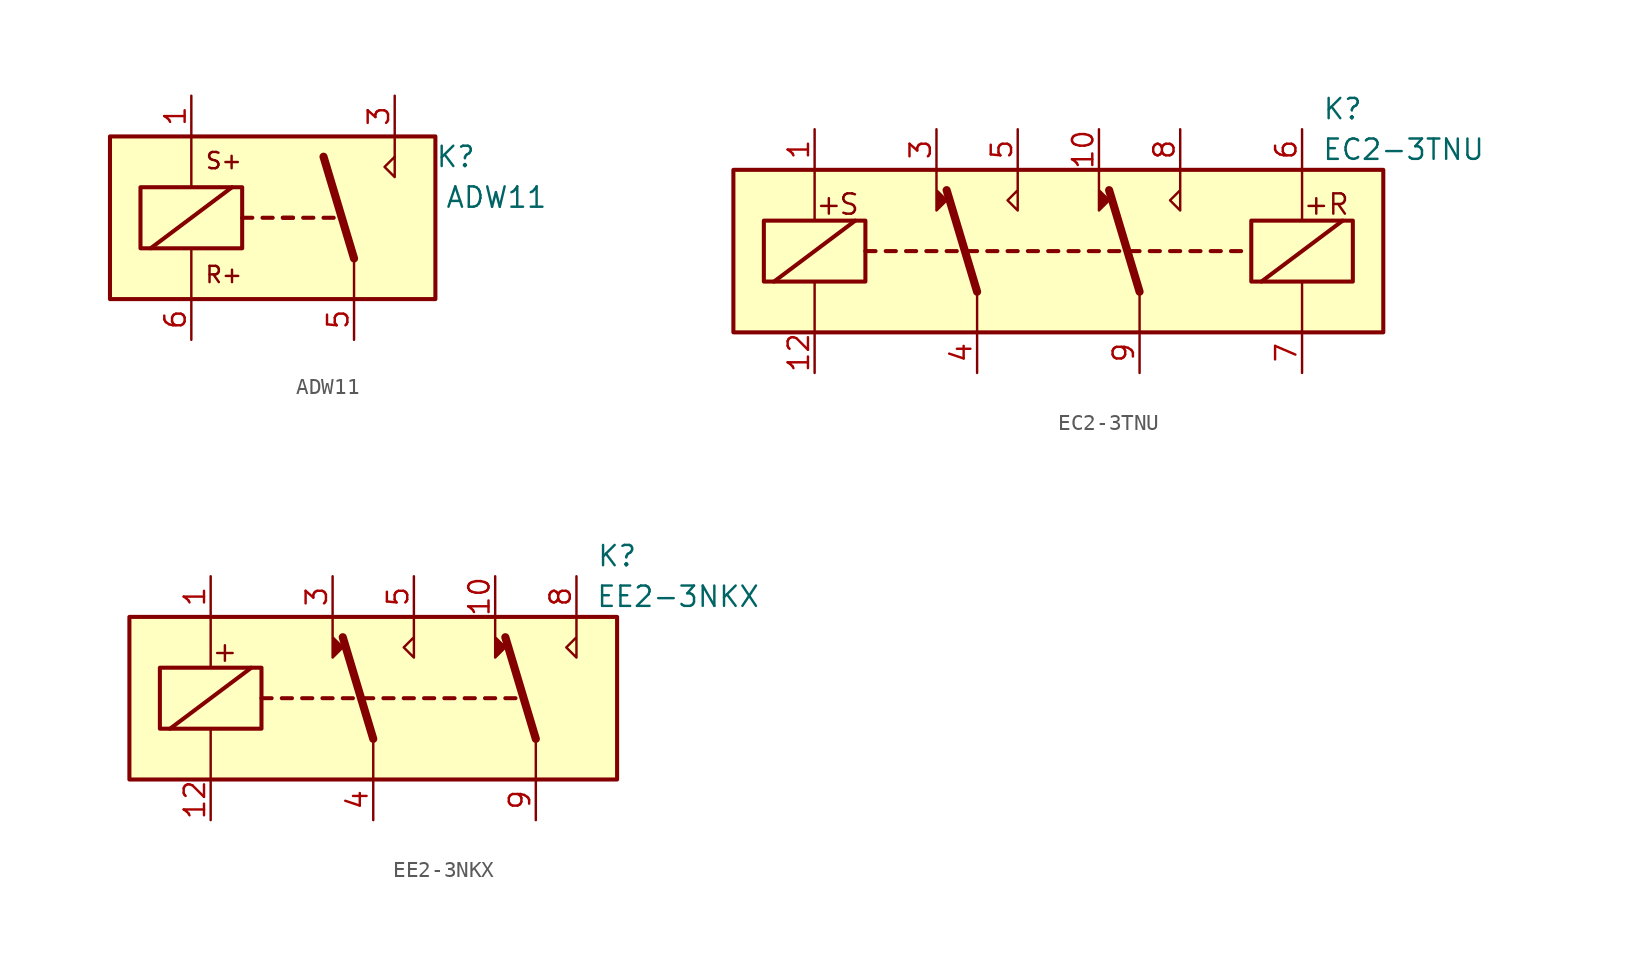
<source format=kicad_sym>
(kicad_symbol_lib
  (version 20220914)
  (generator kicad_symbol_editor)
  (symbol "ADW11"
    (property "Reference" "K"
      (at 11.43 3.81 0)
      (effects (font (size 1.27 1.27))))
    (property "Value" "ADW11"
      (at 13.97 1.27 0)
      (effects (font (size 1.27 1.27))))
    (symbol "ADW11_1_1"
      (rectangle (start -10.16 5.08) (end 10.16 -5.08) (stroke (width 0.254) (type default)) (fill (type background)))
      (rectangle (start -8.255 1.905) (end -1.905 -1.905) (stroke (width 0.254) (type default)) (fill (type none)))
      (polyline (pts (xy -7.62 -1.905) (xy -2.54 1.905)) (stroke (width 0.254) (type default)) (fill (type none)))
      (polyline (pts (xy -5.08 -5.08) (xy -5.08 -1.905)) (stroke (width 0) (type default)) (fill (type none)))
      (polyline (pts (xy -5.08 5.08) (xy -5.08 1.905)) (stroke (width 0) (type default)) (fill (type none)))
      (polyline (pts (xy -1.905 0) (xy -1.27 0)) (stroke (width 0.254) (type default)) (fill (type none)))
      (polyline (pts (xy -0.635 0) (xy 0 0)) (stroke (width 0.254) (type default)) (fill (type none)))
      (polyline (pts (xy 0.635 0) (xy 1.27 0)) (stroke (width 0.254) (type default)) (fill (type none)))
      (polyline (pts (xy 0.635 0) (xy 1.27 0)) (stroke (width 0.254) (type default)) (fill (type none)))
      (polyline (pts (xy 1.905 0) (xy 2.54 0)) (stroke (width 0.254) (type default)) (fill (type none)))
      (polyline (pts (xy 3.175 0) (xy 3.81 0)) (stroke (width 0.254) (type default)) (fill (type none)))
      (polyline (pts (xy 5.08 -2.54) (xy 3.175 3.81)) (stroke (width 0.508) (type default)) (fill (type none)))
      (polyline (pts (xy 5.08 -2.54) (xy 5.08 -5.08)) (stroke (width 0) (type default)) (fill (type none)))
      (polyline (pts (xy 7.62 3.81) (xy 7.62 5.08)) (stroke (width 0) (type default)) (fill (type none)))
      (polyline (pts (xy 7.62 3.81) (xy 7.62 2.54) (xy 6.985 3.175) (xy 7.62 3.81)) (stroke (width 0) (type default)) (fill (type none)))
      (text "R+" (at -3.048 -3.556 0) (effects (font (size 1.016 1.016))))
      (text "S+" (at -3.048 3.556 0) (effects (font (size 1.016 1.016))))
      (pin passive line (at -5.08 7.62 270) (length 2.54) (name "~" (effects (font (size 1.27 1.27)))) (number "1" (effects (font (size 1.27 1.27)))))
      (pin passive line (at 7.62 7.62 270) (length 2.54) (name "~" (effects (font (size 1.27 1.27)))) (number "3" (effects (font (size 1.27 1.27)))))
      (pin passive line (at 5.08 -7.62 90) (length 2.54) (name "~" (effects (font (size 1.27 1.27)))) (number "5" (effects (font (size 1.27 1.27)))))
      (pin passive line (at -5.08 -7.62 90) (length 2.54) (name "~" (effects (font (size 1.27 1.27)))) (number "6" (effects (font (size 1.27 1.27)))))))
  (symbol "EC2-3TNU"
    (property "Reference" "K"
      (at 17.78 8.89 0)
      (effects (font (size 1.27 1.27))))
    (property "Value" "EC2-3TNU"
      (at 21.59 6.35 0)
      (effects (font (size 1.27 1.27))))
    (symbol "EC2-3TNU_1_1"
      (rectangle (start -20.32 5.08) (end 20.32 -5.08) (stroke (width 0.254) (type default)) (fill (type background)))
      (rectangle (start -18.415 1.905) (end -12.065 -1.905) (stroke (width 0.254) (type default)) (fill (type none)))
      (polyline (pts (xy -17.78 -1.905) (xy -12.7 1.905)) (stroke (width 0.254) (type default)) (fill (type none)))
      (polyline (pts (xy -15.24 -5.08) (xy -15.24 -1.905)) (stroke (width 0) (type default)) (fill (type none)))
      (polyline (pts (xy -15.24 5.08) (xy -15.24 1.905)) (stroke (width 0) (type default)) (fill (type none)))
      (polyline (pts (xy -12.065 0) (xy -11.43 0)) (stroke (width 0.254) (type default)) (fill (type none)))
      (polyline (pts (xy -10.795 0) (xy -10.16 0)) (stroke (width 0.254) (type default)) (fill (type none)))
      (polyline (pts (xy -9.525 0) (xy -8.89 0)) (stroke (width 0.254) (type default)) (fill (type none)))
      (polyline (pts (xy -8.255 0) (xy -7.62 0)) (stroke (width 0.254) (type default)) (fill (type none)))
      (polyline (pts (xy -6.985 0) (xy -6.35 0)) (stroke (width 0.254) (type default)) (fill (type none)))
      (polyline (pts (xy -5.715 0) (xy -5.08 0)) (stroke (width 0.254) (type default)) (fill (type none)))
      (polyline (pts (xy -5.08 -2.54) (xy -6.985 3.81)) (stroke (width 0.508) (type default)) (fill (type none)))
      (polyline (pts (xy -5.08 -2.54) (xy -5.08 -5.08)) (stroke (width 0) (type default)) (fill (type none)))
      (polyline (pts (xy -4.445 0) (xy -3.81 0)) (stroke (width 0.254) (type default)) (fill (type none)))
      (polyline (pts (xy -3.175 0) (xy -2.54 0)) (stroke (width 0.254) (type default)) (fill (type none)))
      (polyline (pts (xy -1.905 0) (xy -1.27 0)) (stroke (width 0.254) (type default)) (fill (type none)))
      (polyline (pts (xy -0.635 0) (xy 0 0)) (stroke (width 0.254) (type default)) (fill (type none)))
      (polyline (pts (xy 0.635 0) (xy 1.27 0)) (stroke (width 0.254) (type default)) (fill (type none)))
      (polyline (pts (xy 1.905 0) (xy 2.54 0)) (stroke (width 0.254) (type default)) (fill (type none)))
      (polyline (pts (xy 3.175 0) (xy 3.81 0)) (stroke (width 0.254) (type default)) (fill (type none)))
      (polyline (pts (xy 4.445 0) (xy 5.08 0)) (stroke (width 0.254) (type default)) (fill (type none)))
      (polyline (pts (xy 5.08 -2.54) (xy 3.175 3.81)) (stroke (width 0.508) (type default)) (fill (type none)))
      (polyline (pts (xy 5.08 -2.54) (xy 5.08 -5.08)) (stroke (width 0) (type default)) (fill (type none)))
      (polyline (pts (xy 5.715 0) (xy 6.35 0)) (stroke (width 0.254) (type default)) (fill (type none)))
      (polyline (pts (xy 6.985 0) (xy 7.62 0)) (stroke (width 0.254) (type default)) (fill (type none)))
      (polyline (pts (xy 8.255 0) (xy 8.89 0)) (stroke (width 0.254) (type default)) (fill (type none)))
      (polyline (pts (xy 9.525 0) (xy 10.16 0)) (stroke (width 0.254) (type default)) (fill (type none)))
      (polyline (pts (xy 10.795 0) (xy 11.43 0)) (stroke (width 0.254) (type default)) (fill (type none)))
      (polyline (pts (xy 12.7 -1.905) (xy 17.78 1.905)) (stroke (width 0.254) (type default)) (fill (type none)))
      (polyline (pts (xy 15.24 -5.08) (xy 15.24 -1.905)) (stroke (width 0) (type default)) (fill (type none)))
      (polyline (pts (xy 15.24 5.08) (xy 15.24 1.905)) (stroke (width 0) (type default)) (fill (type none)))
      (polyline (pts (xy -7.62 5.08) (xy -7.62 2.54) (xy -6.985 3.175) (xy -7.62 3.81)) (stroke (width 0) (type default)) (fill (type outline)))
      (polyline (pts (xy -2.54 5.08) (xy -2.54 2.54) (xy -3.175 3.175) (xy -2.54 3.81)) (stroke (width 0) (type default)) (fill (type none)))
      (polyline (pts (xy 2.54 5.08) (xy 2.54 2.54) (xy 3.175 3.175) (xy 2.54 3.81)) (stroke (width 0) (type default)) (fill (type outline)))
      (polyline (pts (xy 7.62 5.08) (xy 7.62 2.54) (xy 6.985 3.175) (xy 7.62 3.81)) (stroke (width 0) (type default)) (fill (type none)))
      (rectangle (start 12.065 1.905) (end 18.415 -1.905) (stroke (width 0.254) (type default)) (fill (type none)))
      (text "+" (at -14.351 2.921 0) (effects (font (size 1.27 1.27))))
      (text "+" (at 16.129 2.921 0) (effects (font (size 1.27 1.27))))
      (text "R" (at 17.526 2.921 0) (effects (font (size 1.27 1.27))))
      (text "S" (at -13.081 2.921 0) (effects (font (size 1.27 1.27))))
      (pin passive line (at -15.24 7.62 270) (length 2.54) (name "~" (effects (font (size 1.27 1.27)))) (number "1" (effects (font (size 1.27 1.27)))))
      (pin passive line (at 2.54 7.62 270) (length 2.54) (name "~" (effects (font (size 1.27 1.27)))) (number "10" (effects (font (size 1.27 1.27)))))
      (pin passive line (at -15.24 -7.62 90) (length 2.54) (name "~" (effects (font (size 1.27 1.27)))) (number "12" (effects (font (size 1.27 1.27)))))
      (pin passive line (at -7.62 7.62 270) (length 2.54) (name "~" (effects (font (size 1.27 1.27)))) (number "3" (effects (font (size 1.27 1.27)))))
      (pin passive line (at -5.08 -7.62 90) (length 2.54) (name "~" (effects (font (size 1.27 1.27)))) (number "4" (effects (font (size 1.27 1.27)))))
      (pin passive line (at -2.54 7.62 270) (length 2.54) (name "~" (effects (font (size 1.27 1.27)))) (number "5" (effects (font (size 1.27 1.27)))))
      (pin passive line (at 15.24 7.62 270) (length 2.54) (name "~" (effects (font (size 1.27 1.27)))) (number "6" (effects (font (size 1.27 1.27)))))
      (pin passive line (at 15.24 -7.62 90) (length 2.54) (name "~" (effects (font (size 1.27 1.27)))) (number "7" (effects (font (size 1.27 1.27)))))
      (pin passive line (at 7.62 7.62 270) (length 2.54) (name "~" (effects (font (size 1.27 1.27)))) (number "8" (effects (font (size 1.27 1.27)))))
      (pin passive line (at 5.08 -7.62 90) (length 2.54) (name "~" (effects (font (size 1.27 1.27)))) (number "9" (effects (font (size 1.27 1.27)))))))
  (symbol "EE2-3NKX"
    (property "Reference" "K"
      (at 15.24 8.89 0)
      (effects (font (size 1.27 1.27))))
    (property "Value" "EE2-3NKX"
      (at 19.05 6.35 0)
      (effects (font (size 1.27 1.27))))
    (symbol "EE2-3NKX_1_1"
      (rectangle (start -15.24 5.08) (end 15.24 -5.08) (stroke (width 0.254) (type default)) (fill (type background)))
      (rectangle (start -13.335 1.905) (end -6.985 -1.905) (stroke (width 0.254) (type default)) (fill (type none)))
      (polyline (pts (xy -12.7 -1.905) (xy -7.62 1.905)) (stroke (width 0.254) (type default)) (fill (type none)))
      (polyline (pts (xy -10.16 -5.08) (xy -10.16 -1.905)) (stroke (width 0) (type default)) (fill (type none)))
      (polyline (pts (xy -10.16 5.08) (xy -10.16 1.905)) (stroke (width 0) (type default)) (fill (type none)))
      (polyline (pts (xy -6.985 0) (xy -6.35 0)) (stroke (width 0.254) (type default)) (fill (type none)))
      (polyline (pts (xy -5.715 0) (xy -5.08 0)) (stroke (width 0.254) (type default)) (fill (type none)))
      (polyline (pts (xy -4.445 0) (xy -3.81 0)) (stroke (width 0.254) (type default)) (fill (type none)))
      (polyline (pts (xy -3.175 0) (xy -2.54 0)) (stroke (width 0.254) (type default)) (fill (type none)))
      (polyline (pts (xy -1.905 0) (xy -1.27 0)) (stroke (width 0.254) (type default)) (fill (type none)))
      (polyline (pts (xy -0.635 0) (xy 0 0)) (stroke (width 0.254) (type default)) (fill (type none)))
      (polyline (pts (xy 0 -2.54) (xy -1.905 3.81)) (stroke (width 0.508) (type default)) (fill (type none)))
      (polyline (pts (xy 0 -2.54) (xy 0 -5.08)) (stroke (width 0) (type default)) (fill (type none)))
      (polyline (pts (xy 0.635 0) (xy 1.27 0)) (stroke (width 0.254) (type default)) (fill (type none)))
      (polyline (pts (xy 1.905 0) (xy 2.54 0)) (stroke (width 0.254) (type default)) (fill (type none)))
      (polyline (pts (xy 3.175 0) (xy 3.81 0)) (stroke (width 0.254) (type default)) (fill (type none)))
      (polyline (pts (xy 4.445 0) (xy 5.08 0)) (stroke (width 0.254) (type default)) (fill (type none)))
      (polyline (pts (xy 5.715 0) (xy 6.35 0)) (stroke (width 0.254) (type default)) (fill (type none)))
      (polyline (pts (xy 6.985 0) (xy 7.62 0)) (stroke (width 0.254) (type default)) (fill (type none)))
      (polyline (pts (xy 8.255 0) (xy 8.89 0)) (stroke (width 0.254) (type default)) (fill (type none)))
      (polyline (pts (xy 10.16 -2.54) (xy 8.255 3.81)) (stroke (width 0.508) (type default)) (fill (type none)))
      (polyline (pts (xy 10.16 -2.54) (xy 10.16 -5.08)) (stroke (width 0) (type default)) (fill (type none)))
      (polyline (pts (xy -2.54 5.08) (xy -2.54 2.54) (xy -1.905 3.175) (xy -2.54 3.81)) (stroke (width 0) (type default)) (fill (type outline)))
      (polyline (pts (xy 2.54 5.08) (xy 2.54 2.54) (xy 1.905 3.175) (xy 2.54 3.81)) (stroke (width 0) (type default)) (fill (type none)))
      (polyline (pts (xy 7.62 5.08) (xy 7.62 2.54) (xy 8.255 3.175) (xy 7.62 3.81)) (stroke (width 0) (type default)) (fill (type outline)))
      (polyline (pts (xy 12.7 5.08) (xy 12.7 2.54) (xy 12.065 3.175) (xy 12.7 3.81)) (stroke (width 0) (type default)) (fill (type none)))
      (text "+" (at -9.271 2.921 0) (effects (font (size 1.27 1.27))))
      (pin passive line (at -10.16 7.62 270) (length 2.54) (name "~" (effects (font (size 1.27 1.27)))) (number "1" (effects (font (size 1.27 1.27)))))
      (pin passive line (at 7.62 7.62 270) (length 2.54) (name "~" (effects (font (size 1.27 1.27)))) (number "10" (effects (font (size 1.27 1.27)))))
      (pin passive line (at -10.16 -7.62 90) (length 2.54) (name "~" (effects (font (size 1.27 1.27)))) (number "12" (effects (font (size 1.27 1.27)))))
      (pin passive line (at -2.54 7.62 270) (length 2.54) (name "~" (effects (font (size 1.27 1.27)))) (number "3" (effects (font (size 1.27 1.27)))))
      (pin passive line (at 0 -7.62 90) (length 2.54) (name "~" (effects (font (size 1.27 1.27)))) (number "4" (effects (font (size 1.27 1.27)))))
      (pin passive line (at 2.54 7.62 270) (length 2.54) (name "~" (effects (font (size 1.27 1.27)))) (number "5" (effects (font (size 1.27 1.27)))))
      (pin passive line (at 12.7 7.62 270) (length 2.54) (name "~" (effects (font (size 1.27 1.27)))) (number "8" (effects (font (size 1.27 1.27)))))
      (pin passive line (at 10.16 -7.62 90) (length 2.54) (name "~" (effects (font (size 1.27 1.27)))) (number "9" (effects (font (size 1.27 1.27))))))))
</source>
